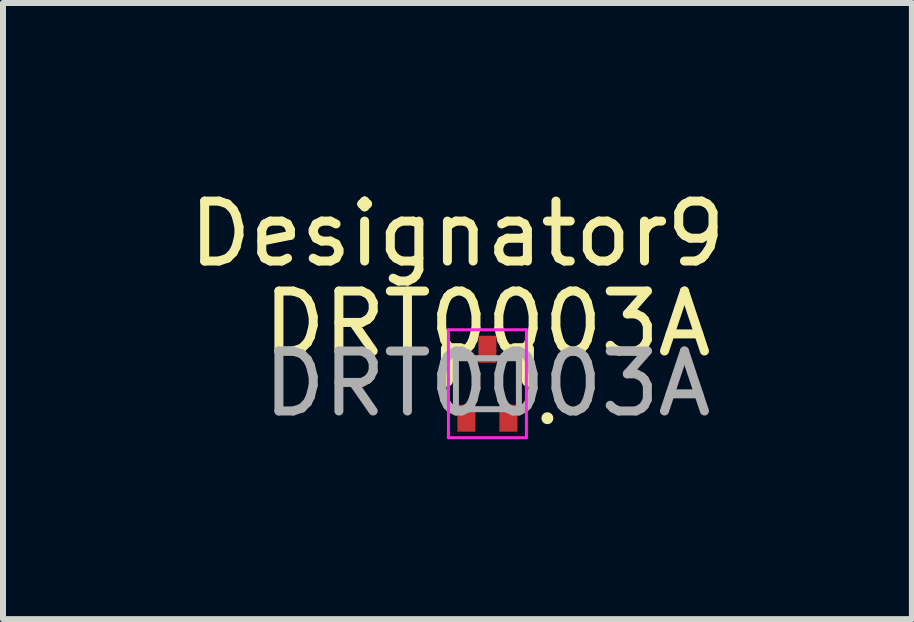
<source format=kicad_pcb>
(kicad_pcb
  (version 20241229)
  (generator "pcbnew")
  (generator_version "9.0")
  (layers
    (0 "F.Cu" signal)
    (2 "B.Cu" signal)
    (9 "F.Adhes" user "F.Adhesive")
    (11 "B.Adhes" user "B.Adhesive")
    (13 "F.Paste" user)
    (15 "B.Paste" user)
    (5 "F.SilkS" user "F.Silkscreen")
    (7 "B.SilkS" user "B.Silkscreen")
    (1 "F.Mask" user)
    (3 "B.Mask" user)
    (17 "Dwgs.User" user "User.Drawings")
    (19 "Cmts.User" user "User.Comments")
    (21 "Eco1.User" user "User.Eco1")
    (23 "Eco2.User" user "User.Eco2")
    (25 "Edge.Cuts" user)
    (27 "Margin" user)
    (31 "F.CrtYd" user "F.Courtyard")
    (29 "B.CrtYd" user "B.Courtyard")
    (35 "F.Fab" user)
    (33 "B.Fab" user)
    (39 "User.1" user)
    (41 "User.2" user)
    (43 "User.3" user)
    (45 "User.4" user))
  (footprint "DRT0003A"
    (layer "F.Cu")
    (at 5.077 3.348)
    (property "Reference" "DRT0003A" (at 0 -1 0) (unlocked yes) (layer "F.SilkS") (effects (font (size 1 1) (thickness 0.15))))
    (attr smd)
    (fp_line (start -0.675 -0.575) (end -0.45 -0.575) (stroke (width 0.2) (type solid)) (layer "F.SilkS"))
    (fp_line (start -0.675 -0.05) (end -0.675 -0.575) (stroke (width 0.2) (type solid)) (layer "F.SilkS"))
    (fp_line (start 0.45 -0.575) (end 0.675 -0.575) (stroke (width 0.2) (type solid)) (layer "F.SilkS"))
    (fp_line (start 0.675 -0.05) (end 0.675 -0.575) (stroke (width 0.2) (type solid)) (layer "F.SilkS"))
    (fp_circle (center 1 0.575) (end 1.05 0.575) (stroke (width 0.1) (type solid)) (fill no) (layer "F.SilkS"))
    (fp_line (start -0.65 -0.9) (end 0.65 -0.9) (stroke (width 0.05) (type solid)) (layer "F.CrtYd"))
    (fp_line (start -0.65 0.9) (end -0.65 -0.9) (stroke (width 0.05) (type solid)) (layer "F.CrtYd"))
    (fp_line (start -0.65 0.9) (end 0.65 0.9) (stroke (width 0.05) (type solid)) (layer "F.CrtYd"))
    (fp_line (start 0.65 0.9) (end 0.65 -0.9) (stroke (width 0.05) (type solid)) (layer "F.CrtYd"))
    (fp_line (start -0.525 -0.425) (end 0.525 -0.425) (stroke (width 0.1) (type solid)) (layer "F.Fab"))
    (fp_line (start -0.525 0.425) (end -0.525 -0.425) (stroke (width 0.1) (type solid)) (layer "F.Fab"))
    (fp_line (start -0.525 0.425) (end 0.525 0.425) (stroke (width 0.1) (type solid)) (layer "F.Fab"))
    (fp_line (start 0.525 0.425) (end 0.525 -0.425) (stroke (width 0.1) (type solid)) (layer "F.Fab"))
    (fp_text user "Designator9" (at -0.5 -2.5 0) (unlocked yes) (layer "F.SilkS") (effects (font (size 1 1) (thickness 0.15))))
    (fp_text user "${REFERENCE}" (at 0 0 0) (unlocked yes) (layer "F.Fab") (effects (font (size 1 1) (thickness 0.15))))
    (pad "1" smd rect (at 0.35 0.575) (size 0.3 0.45) (layers "F.Cu" "F.Mask" "F.Paste"))
    (pad "2" smd rect (at -0.35 0.575) (size 0.3 0.45) (layers "F.Cu" "F.Mask" "F.Paste"))
    (pad "3" smd rect (at 0 -0.575) (size 0.3 0.45) (layers "F.Cu" "F.Mask" "F.Paste")))
  (gr_rect
    (start -3 -3)
    (end 12.155 7.273)
    (stroke (width 0.1) (type default))
    (fill no)
    (layer "Edge.Cuts")))
</source>
